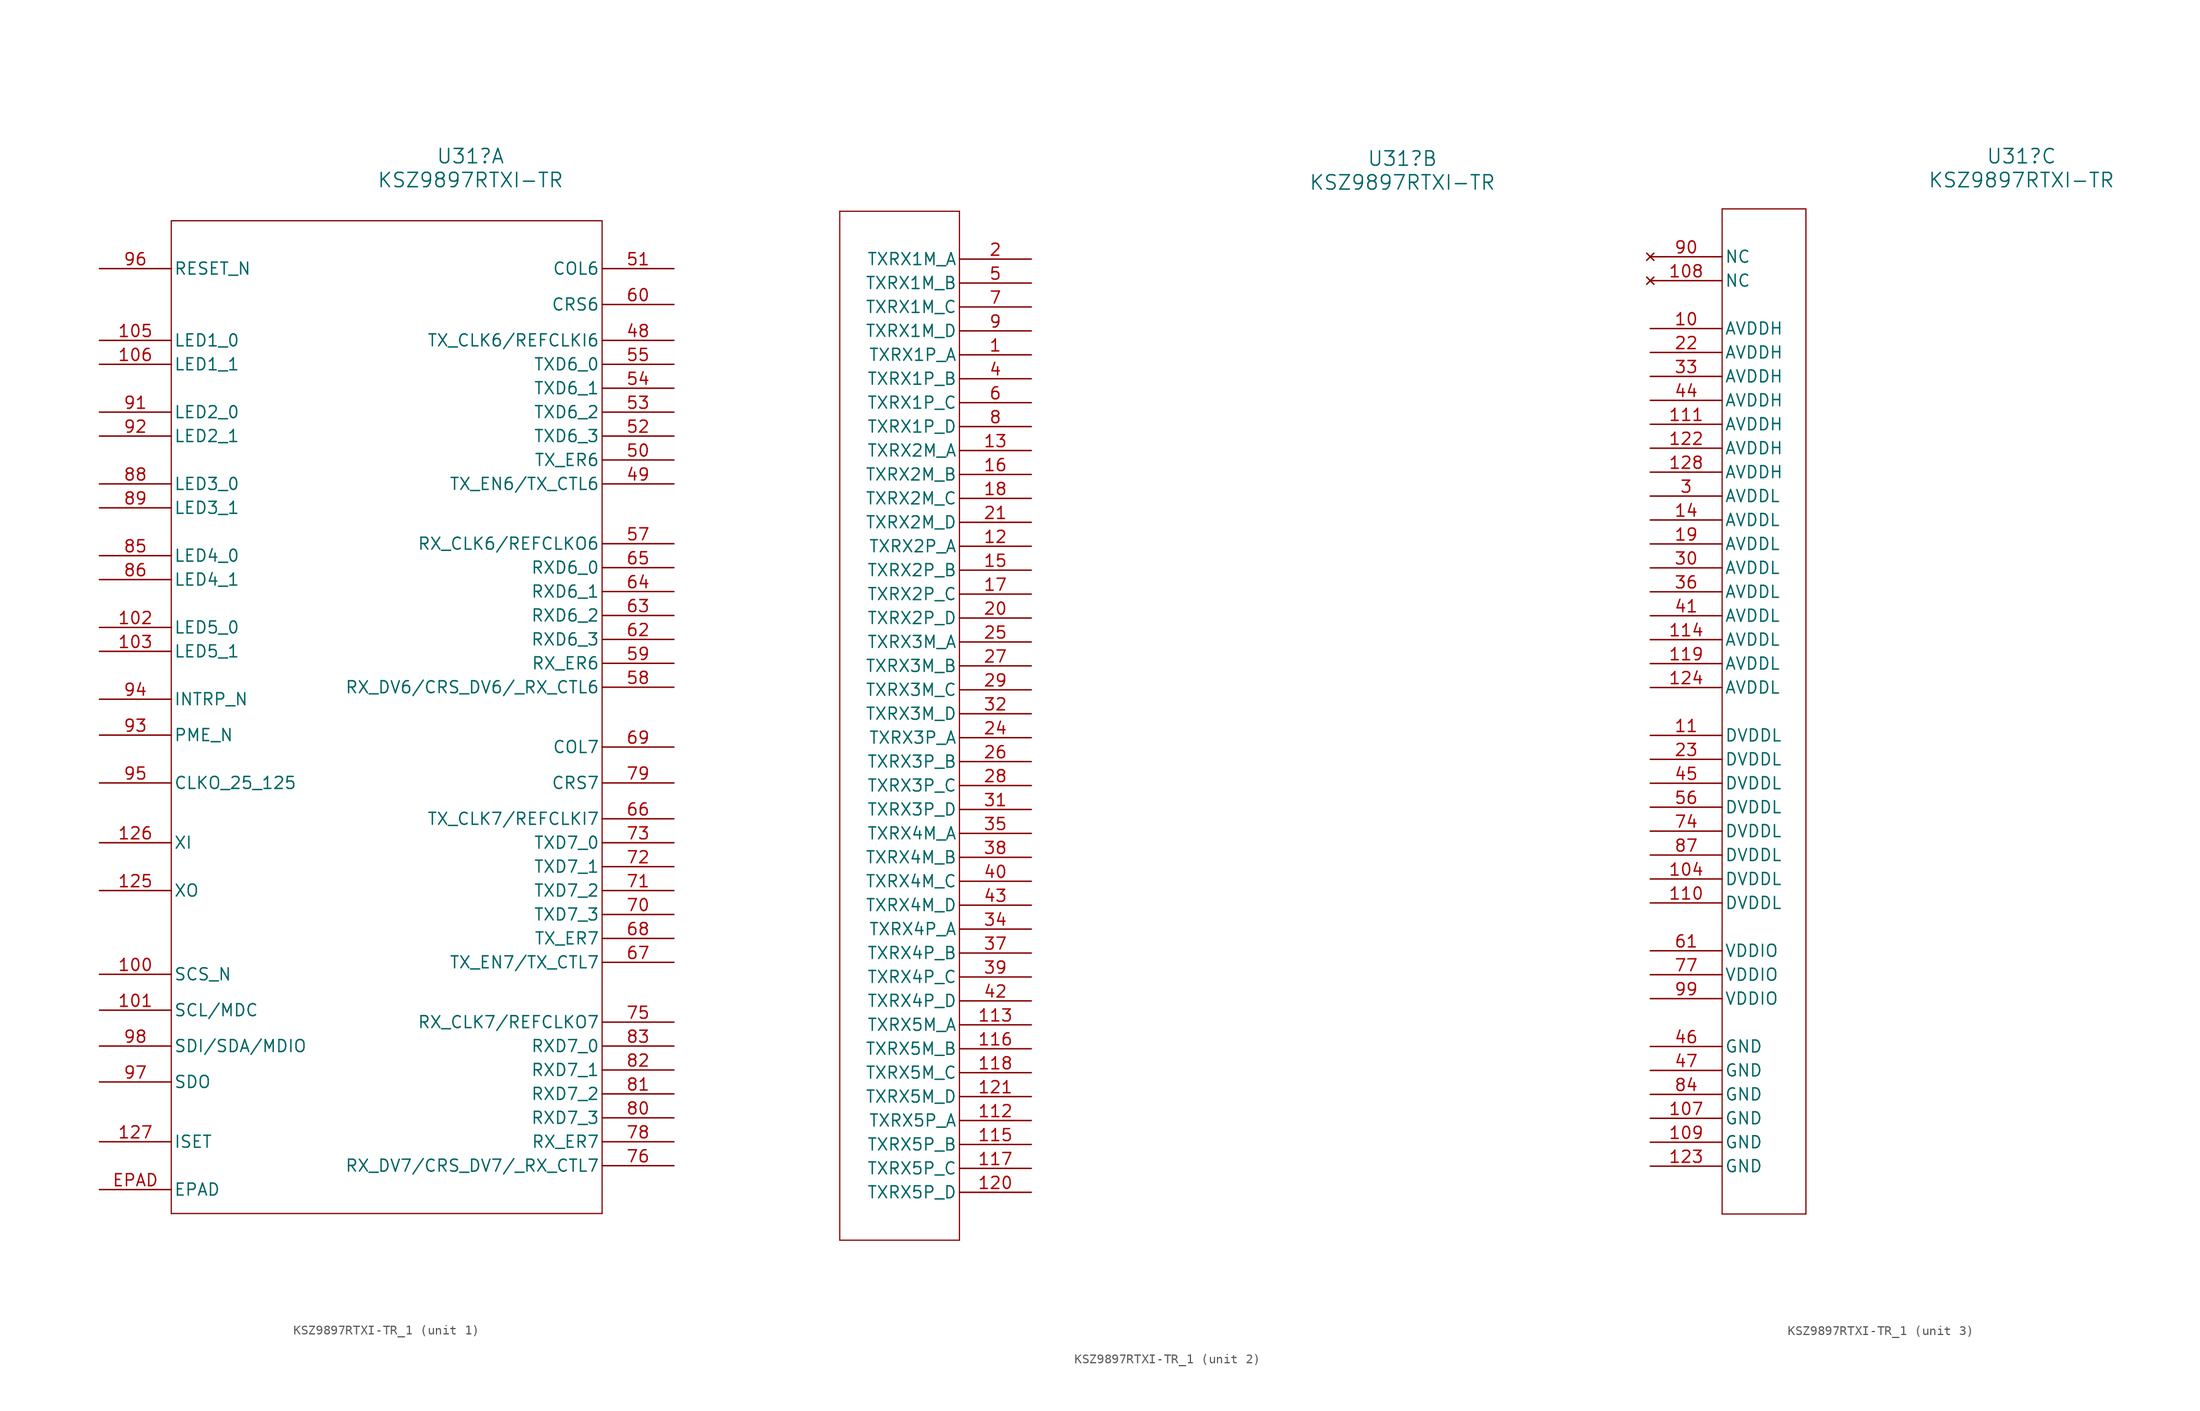
<source format=kicad_sym>
(kicad_symbol_lib
  (version 20231120)
  (generator "kicad_symbol_editor")
  (generator_version "8.0")
  (symbol "KSZ9897RTXI-TR_1"
    (pin_names
      (offset 0.254))
    (property "Reference" "U31"
      (at 39.37 10.668 0)
      (effects (font (size 1.524 1.524))))
    (property "Value" "KSZ9897RTXI-TR"
      (at 39.37 8.128 0)
      (effects (font (size 1.524 1.524))))
    (property "ki_locked" ""
      (at 0 0 0)
      (effects (font (size 1.27 1.27))))
    (symbol "KSZ9897RTXI-TR_1_1_1"
      (polyline (pts (xy 7.62 -101.6) (xy 53.34 -101.6)) (stroke (width 0.127) (type default)) (fill (type none)))
      (polyline (pts (xy 7.62 3.81) (xy 7.62 -101.6)) (stroke (width 0.127) (type default)) (fill (type none)))
      (polyline (pts (xy 53.34 -101.6) (xy 53.34 3.81)) (stroke (width 0.127) (type default)) (fill (type none)))
      (polyline (pts (xy 53.34 3.81) (xy 7.62 3.81)) (stroke (width 0.127) (type default)) (fill (type none)))
      (pin unspecified line (at 0 -76.2 0) (length 7.62) (name "SCS_N" (effects (font (size 1.27 1.27)))) (number "100" (effects (font (size 1.27 1.27)))))
      (pin unspecified line (at 0 -80.01 0) (length 7.62) (name "SCL/MDC" (effects (font (size 1.27 1.27)))) (number "101" (effects (font (size 1.27 1.27)))))
      (pin bidirectional line (at 0 -39.37 0) (length 7.62) (name "LED5_0" (effects (font (size 1.27 1.27)))) (number "102" (effects (font (size 1.27 1.27)))))
      (pin bidirectional line (at 0 -41.91 0) (length 7.62) (name "LED5_1" (effects (font (size 1.27 1.27)))) (number "103" (effects (font (size 1.27 1.27)))))
      (pin bidirectional line (at 0 -8.89 0) (length 7.62) (name "LED1_0" (effects (font (size 1.27 1.27)))) (number "105" (effects (font (size 1.27 1.27)))))
      (pin bidirectional line (at 0 -11.43 0) (length 7.62) (name "LED1_1" (effects (font (size 1.27 1.27)))) (number "106" (effects (font (size 1.27 1.27)))))
      (pin output line (at 0 -67.31 0) (length 7.62) (name "XO" (effects (font (size 1.27 1.27)))) (number "125" (effects (font (size 1.27 1.27)))))
      (pin input line (at 0 -62.23 0) (length 7.62) (name "XI" (effects (font (size 1.27 1.27)))) (number "126" (effects (font (size 1.27 1.27)))))
      (pin unspecified line (at 0 -93.98 0) (length 7.62) (name "ISET" (effects (font (size 1.27 1.27)))) (number "127" (effects (font (size 1.27 1.27)))))
      (pin bidirectional line (at 60.96 -8.89 180) (length 7.62) (name "TX_CLK6/REFCLKI6" (effects (font (size 1.27 1.27)))) (number "48" (effects (font (size 1.27 1.27)))))
      (pin bidirectional line (at 60.96 -24.13 180) (length 7.62) (name "TX_EN6/TX_CTL6" (effects (font (size 1.27 1.27)))) (number "49" (effects (font (size 1.27 1.27)))))
      (pin bidirectional line (at 60.96 -21.59 180) (length 7.62) (name "TX_ER6" (effects (font (size 1.27 1.27)))) (number "50" (effects (font (size 1.27 1.27)))))
      (pin bidirectional line (at 60.96 -1.27 180) (length 7.62) (name "COL6" (effects (font (size 1.27 1.27)))) (number "51" (effects (font (size 1.27 1.27)))))
      (pin bidirectional line (at 60.96 -19.05 180) (length 7.62) (name "TXD6_3" (effects (font (size 1.27 1.27)))) (number "52" (effects (font (size 1.27 1.27)))))
      (pin bidirectional line (at 60.96 -16.51 180) (length 7.62) (name "TXD6_2" (effects (font (size 1.27 1.27)))) (number "53" (effects (font (size 1.27 1.27)))))
      (pin bidirectional line (at 60.96 -13.97 180) (length 7.62) (name "TXD6_1" (effects (font (size 1.27 1.27)))) (number "54" (effects (font (size 1.27 1.27)))))
      (pin bidirectional line (at 60.96 -11.43 180) (length 7.62) (name "TXD6_0" (effects (font (size 1.27 1.27)))) (number "55" (effects (font (size 1.27 1.27)))))
      (pin bidirectional line (at 60.96 -30.48 180) (length 7.62) (name "RX_CLK6/REFCLKO6" (effects (font (size 1.27 1.27)))) (number "57" (effects (font (size 1.27 1.27)))))
      (pin bidirectional line (at 60.96 -45.72 180) (length 7.62) (name "RX_DV6/CRS_DV6/_RX_CTL6" (effects (font (size 1.27 1.27)))) (number "58" (effects (font (size 1.27 1.27)))))
      (pin bidirectional line (at 60.96 -43.18 180) (length 7.62) (name "RX_ER6" (effects (font (size 1.27 1.27)))) (number "59" (effects (font (size 1.27 1.27)))))
      (pin bidirectional line (at 60.96 -5.08 180) (length 7.62) (name "CRS6" (effects (font (size 1.27 1.27)))) (number "60" (effects (font (size 1.27 1.27)))))
      (pin bidirectional line (at 60.96 -40.64 180) (length 7.62) (name "RXD6_3" (effects (font (size 1.27 1.27)))) (number "62" (effects (font (size 1.27 1.27)))))
      (pin bidirectional line (at 60.96 -38.1 180) (length 7.62) (name "RXD6_2" (effects (font (size 1.27 1.27)))) (number "63" (effects (font (size 1.27 1.27)))))
      (pin bidirectional line (at 60.96 -35.56 180) (length 7.62) (name "RXD6_1" (effects (font (size 1.27 1.27)))) (number "64" (effects (font (size 1.27 1.27)))))
      (pin bidirectional line (at 60.96 -33.02 180) (length 7.62) (name "RXD6_0" (effects (font (size 1.27 1.27)))) (number "65" (effects (font (size 1.27 1.27)))))
      (pin bidirectional line (at 60.96 -59.69 180) (length 7.62) (name "TX_CLK7/REFCLKI7" (effects (font (size 1.27 1.27)))) (number "66" (effects (font (size 1.27 1.27)))))
      (pin bidirectional line (at 60.96 -74.93 180) (length 7.62) (name "TX_EN7/TX_CTL7" (effects (font (size 1.27 1.27)))) (number "67" (effects (font (size 1.27 1.27)))))
      (pin bidirectional line (at 60.96 -72.39 180) (length 7.62) (name "TX_ER7" (effects (font (size 1.27 1.27)))) (number "68" (effects (font (size 1.27 1.27)))))
      (pin bidirectional line (at 60.96 -52.07 180) (length 7.62) (name "COL7" (effects (font (size 1.27 1.27)))) (number "69" (effects (font (size 1.27 1.27)))))
      (pin bidirectional line (at 60.96 -69.85 180) (length 7.62) (name "TXD7_3" (effects (font (size 1.27 1.27)))) (number "70" (effects (font (size 1.27 1.27)))))
      (pin bidirectional line (at 60.96 -67.31 180) (length 7.62) (name "TXD7_2" (effects (font (size 1.27 1.27)))) (number "71" (effects (font (size 1.27 1.27)))))
      (pin bidirectional line (at 60.96 -64.77 180) (length 7.62) (name "TXD7_1" (effects (font (size 1.27 1.27)))) (number "72" (effects (font (size 1.27 1.27)))))
      (pin bidirectional line (at 60.96 -62.23 180) (length 7.62) (name "TXD7_0" (effects (font (size 1.27 1.27)))) (number "73" (effects (font (size 1.27 1.27)))))
      (pin bidirectional line (at 60.96 -81.28 180) (length 7.62) (name "RX_CLK7/REFCLKO7" (effects (font (size 1.27 1.27)))) (number "75" (effects (font (size 1.27 1.27)))))
      (pin bidirectional line (at 60.96 -96.52 180) (length 7.62) (name "RX_DV7/CRS_DV7/_RX_CTL7" (effects (font (size 1.27 1.27)))) (number "76" (effects (font (size 1.27 1.27)))))
      (pin bidirectional line (at 60.96 -93.98 180) (length 7.62) (name "RX_ER7" (effects (font (size 1.27 1.27)))) (number "78" (effects (font (size 1.27 1.27)))))
      (pin bidirectional line (at 60.96 -55.88 180) (length 7.62) (name "CRS7" (effects (font (size 1.27 1.27)))) (number "79" (effects (font (size 1.27 1.27)))))
      (pin bidirectional line (at 60.96 -91.44 180) (length 7.62) (name "RXD7_3" (effects (font (size 1.27 1.27)))) (number "80" (effects (font (size 1.27 1.27)))))
      (pin bidirectional line (at 60.96 -88.9 180) (length 7.62) (name "RXD7_2" (effects (font (size 1.27 1.27)))) (number "81" (effects (font (size 1.27 1.27)))))
      (pin bidirectional line (at 60.96 -86.36 180) (length 7.62) (name "RXD7_1" (effects (font (size 1.27 1.27)))) (number "82" (effects (font (size 1.27 1.27)))))
      (pin bidirectional line (at 60.96 -83.82 180) (length 7.62) (name "RXD7_0" (effects (font (size 1.27 1.27)))) (number "83" (effects (font (size 1.27 1.27)))))
      (pin bidirectional line (at 0 -31.75 0) (length 7.62) (name "LED4_0" (effects (font (size 1.27 1.27)))) (number "85" (effects (font (size 1.27 1.27)))))
      (pin bidirectional line (at 0 -34.29 0) (length 7.62) (name "LED4_1" (effects (font (size 1.27 1.27)))) (number "86" (effects (font (size 1.27 1.27)))))
      (pin bidirectional line (at 0 -24.13 0) (length 7.62) (name "LED3_0" (effects (font (size 1.27 1.27)))) (number "88" (effects (font (size 1.27 1.27)))))
      (pin bidirectional line (at 0 -26.67 0) (length 7.62) (name "LED3_1" (effects (font (size 1.27 1.27)))) (number "89" (effects (font (size 1.27 1.27)))))
      (pin bidirectional line (at 0 -16.51 0) (length 7.62) (name "LED2_0" (effects (font (size 1.27 1.27)))) (number "91" (effects (font (size 1.27 1.27)))))
      (pin bidirectional line (at 0 -19.05 0) (length 7.62) (name "LED2_1" (effects (font (size 1.27 1.27)))) (number "92" (effects (font (size 1.27 1.27)))))
      (pin output line (at 0 -50.8 0) (length 7.62) (name "PME_N" (effects (font (size 1.27 1.27)))) (number "93" (effects (font (size 1.27 1.27)))))
      (pin output line (at 0 -46.99 0) (length 7.62) (name "INTRP_N" (effects (font (size 1.27 1.27)))) (number "94" (effects (font (size 1.27 1.27)))))
      (pin output line (at 0 -55.88 0) (length 7.62) (name "CLKO_25_125" (effects (font (size 1.27 1.27)))) (number "95" (effects (font (size 1.27 1.27)))))
      (pin input line (at 0 -1.27 0) (length 7.62) (name "RESET_N" (effects (font (size 1.27 1.27)))) (number "96" (effects (font (size 1.27 1.27)))))
      (pin output line (at 0 -87.63 0) (length 7.62) (name "SDO" (effects (font (size 1.27 1.27)))) (number "97" (effects (font (size 1.27 1.27)))))
      (pin unspecified line (at 0 -83.82 0) (length 7.62) (name "SDI/SDA/MDIO" (effects (font (size 1.27 1.27)))) (number "98" (effects (font (size 1.27 1.27)))))
      (pin unspecified line (at 0 -99.06 0) (length 7.62) (name "EPAD" (effects (font (size 1.27 1.27)))) (number "EPAD" (effects (font (size 1.27 1.27))))))
    (symbol "KSZ9897RTXI-TR_1_2_1"
      (polyline (pts (xy -20.32 -104.14) (xy -7.62 -104.14)) (stroke (width 0.127) (type default)) (fill (type none)))
      (polyline (pts (xy -20.32 5.08) (xy -20.32 -104.14)) (stroke (width 0.127) (type default)) (fill (type none)))
      (polyline (pts (xy -7.62 -104.14) (xy -7.62 5.08)) (stroke (width 0.127) (type default)) (fill (type none)))
      (polyline (pts (xy -7.62 5.08) (xy -20.32 5.08)) (stroke (width 0.127) (type default)) (fill (type none)))
      (pin bidirectional line (at 0 -10.16 180) (length 7.62) (name "TXRX1P_A" (effects (font (size 1.27 1.27)))) (number "1" (effects (font (size 1.27 1.27)))))
      (pin bidirectional line (at 0 -91.44 180) (length 7.62) (name "TXRX5P_A" (effects (font (size 1.27 1.27)))) (number "112" (effects (font (size 1.27 1.27)))))
      (pin bidirectional line (at 0 -81.28 180) (length 7.62) (name "TXRX5M_A" (effects (font (size 1.27 1.27)))) (number "113" (effects (font (size 1.27 1.27)))))
      (pin bidirectional line (at 0 -93.98 180) (length 7.62) (name "TXRX5P_B" (effects (font (size 1.27 1.27)))) (number "115" (effects (font (size 1.27 1.27)))))
      (pin bidirectional line (at 0 -83.82 180) (length 7.62) (name "TXRX5M_B" (effects (font (size 1.27 1.27)))) (number "116" (effects (font (size 1.27 1.27)))))
      (pin bidirectional line (at 0 -96.52 180) (length 7.62) (name "TXRX5P_C" (effects (font (size 1.27 1.27)))) (number "117" (effects (font (size 1.27 1.27)))))
      (pin bidirectional line (at 0 -86.36 180) (length 7.62) (name "TXRX5M_C" (effects (font (size 1.27 1.27)))) (number "118" (effects (font (size 1.27 1.27)))))
      (pin bidirectional line (at 0 -30.48 180) (length 7.62) (name "TXRX2P_A" (effects (font (size 1.27 1.27)))) (number "12" (effects (font (size 1.27 1.27)))))
      (pin bidirectional line (at 0 -99.06 180) (length 7.62) (name "TXRX5P_D" (effects (font (size 1.27 1.27)))) (number "120" (effects (font (size 1.27 1.27)))))
      (pin bidirectional line (at 0 -88.9 180) (length 7.62) (name "TXRX5M_D" (effects (font (size 1.27 1.27)))) (number "121" (effects (font (size 1.27 1.27)))))
      (pin bidirectional line (at 0 -20.32 180) (length 7.62) (name "TXRX2M_A" (effects (font (size 1.27 1.27)))) (number "13" (effects (font (size 1.27 1.27)))))
      (pin bidirectional line (at 0 -33.02 180) (length 7.62) (name "TXRX2P_B" (effects (font (size 1.27 1.27)))) (number "15" (effects (font (size 1.27 1.27)))))
      (pin bidirectional line (at 0 -22.86 180) (length 7.62) (name "TXRX2M_B" (effects (font (size 1.27 1.27)))) (number "16" (effects (font (size 1.27 1.27)))))
      (pin bidirectional line (at 0 -35.56 180) (length 7.62) (name "TXRX2P_C" (effects (font (size 1.27 1.27)))) (number "17" (effects (font (size 1.27 1.27)))))
      (pin bidirectional line (at 0 -25.4 180) (length 7.62) (name "TXRX2M_C" (effects (font (size 1.27 1.27)))) (number "18" (effects (font (size 1.27 1.27)))))
      (pin bidirectional line (at 0 0 180) (length 7.62) (name "TXRX1M_A" (effects (font (size 1.27 1.27)))) (number "2" (effects (font (size 1.27 1.27)))))
      (pin bidirectional line (at 0 -38.1 180) (length 7.62) (name "TXRX2P_D" (effects (font (size 1.27 1.27)))) (number "20" (effects (font (size 1.27 1.27)))))
      (pin bidirectional line (at 0 -27.94 180) (length 7.62) (name "TXRX2M_D" (effects (font (size 1.27 1.27)))) (number "21" (effects (font (size 1.27 1.27)))))
      (pin bidirectional line (at 0 -50.8 180) (length 7.62) (name "TXRX3P_A" (effects (font (size 1.27 1.27)))) (number "24" (effects (font (size 1.27 1.27)))))
      (pin bidirectional line (at 0 -40.64 180) (length 7.62) (name "TXRX3M_A" (effects (font (size 1.27 1.27)))) (number "25" (effects (font (size 1.27 1.27)))))
      (pin bidirectional line (at 0 -53.34 180) (length 7.62) (name "TXRX3P_B" (effects (font (size 1.27 1.27)))) (number "26" (effects (font (size 1.27 1.27)))))
      (pin bidirectional line (at 0 -43.18 180) (length 7.62) (name "TXRX3M_B" (effects (font (size 1.27 1.27)))) (number "27" (effects (font (size 1.27 1.27)))))
      (pin bidirectional line (at 0 -55.88 180) (length 7.62) (name "TXRX3P_C" (effects (font (size 1.27 1.27)))) (number "28" (effects (font (size 1.27 1.27)))))
      (pin bidirectional line (at 0 -45.72 180) (length 7.62) (name "TXRX3M_C" (effects (font (size 1.27 1.27)))) (number "29" (effects (font (size 1.27 1.27)))))
      (pin bidirectional line (at 0 -58.42 180) (length 7.62) (name "TXRX3P_D" (effects (font (size 1.27 1.27)))) (number "31" (effects (font (size 1.27 1.27)))))
      (pin bidirectional line (at 0 -48.26 180) (length 7.62) (name "TXRX3M_D" (effects (font (size 1.27 1.27)))) (number "32" (effects (font (size 1.27 1.27)))))
      (pin bidirectional line (at 0 -71.12 180) (length 7.62) (name "TXRX4P_A" (effects (font (size 1.27 1.27)))) (number "34" (effects (font (size 1.27 1.27)))))
      (pin bidirectional line (at 0 -60.96 180) (length 7.62) (name "TXRX4M_A" (effects (font (size 1.27 1.27)))) (number "35" (effects (font (size 1.27 1.27)))))
      (pin bidirectional line (at 0 -73.66 180) (length 7.62) (name "TXRX4P_B" (effects (font (size 1.27 1.27)))) (number "37" (effects (font (size 1.27 1.27)))))
      (pin bidirectional line (at 0 -63.5 180) (length 7.62) (name "TXRX4M_B" (effects (font (size 1.27 1.27)))) (number "38" (effects (font (size 1.27 1.27)))))
      (pin bidirectional line (at 0 -76.2 180) (length 7.62) (name "TXRX4P_C" (effects (font (size 1.27 1.27)))) (number "39" (effects (font (size 1.27 1.27)))))
      (pin bidirectional line (at 0 -12.7 180) (length 7.62) (name "TXRX1P_B" (effects (font (size 1.27 1.27)))) (number "4" (effects (font (size 1.27 1.27)))))
      (pin bidirectional line (at 0 -66.04 180) (length 7.62) (name "TXRX4M_C" (effects (font (size 1.27 1.27)))) (number "40" (effects (font (size 1.27 1.27)))))
      (pin bidirectional line (at 0 -78.74 180) (length 7.62) (name "TXRX4P_D" (effects (font (size 1.27 1.27)))) (number "42" (effects (font (size 1.27 1.27)))))
      (pin bidirectional line (at 0 -68.58 180) (length 7.62) (name "TXRX4M_D" (effects (font (size 1.27 1.27)))) (number "43" (effects (font (size 1.27 1.27)))))
      (pin bidirectional line (at 0 -2.54 180) (length 7.62) (name "TXRX1M_B" (effects (font (size 1.27 1.27)))) (number "5" (effects (font (size 1.27 1.27)))))
      (pin bidirectional line (at 0 -15.24 180) (length 7.62) (name "TXRX1P_C" (effects (font (size 1.27 1.27)))) (number "6" (effects (font (size 1.27 1.27)))))
      (pin bidirectional line (at 0 -5.08 180) (length 7.62) (name "TXRX1M_C" (effects (font (size 1.27 1.27)))) (number "7" (effects (font (size 1.27 1.27)))))
      (pin bidirectional line (at 0 -17.78 180) (length 7.62) (name "TXRX1P_D" (effects (font (size 1.27 1.27)))) (number "8" (effects (font (size 1.27 1.27)))))
      (pin bidirectional line (at 0 -7.62 180) (length 7.62) (name "TXRX1M_D" (effects (font (size 1.27 1.27)))) (number "9" (effects (font (size 1.27 1.27))))))
    (symbol "KSZ9897RTXI-TR_1_3_1"
      (polyline (pts (xy 7.62 -101.6) (xy 16.51 -101.6)) (stroke (width 0.127) (type default)) (fill (type none)))
      (polyline (pts (xy 7.62 5.08) (xy 7.62 -101.6)) (stroke (width 0.127) (type default)) (fill (type none)))
      (polyline (pts (xy 16.51 -101.6) (xy 16.51 5.08)) (stroke (width 0.127) (type default)) (fill (type none)))
      (polyline (pts (xy 16.51 5.08) (xy 7.62 5.08)) (stroke (width 0.127) (type default)) (fill (type none)))
      (pin power_in line (at 0 -7.62 0) (length 7.62) (name "AVDDH" (effects (font (size 1.27 1.27)))) (number "10" (effects (font (size 1.27 1.27)))))
      (pin power_in line (at 0 -66.04 0) (length 7.62) (name "DVDDL" (effects (font (size 1.27 1.27)))) (number "104" (effects (font (size 1.27 1.27)))))
      (pin power_out line (at 0 -91.44 0) (length 7.62) (name "GND" (effects (font (size 1.27 1.27)))) (number "107" (effects (font (size 1.27 1.27)))))
      (pin no_connect line (at 0 -2.54 0) (length 7.62) (name "NC" (effects (font (size 1.27 1.27)))) (number "108" (effects (font (size 1.27 1.27)))))
      (pin power_out line (at 0 -93.98 0) (length 7.62) (name "GND" (effects (font (size 1.27 1.27)))) (number "109" (effects (font (size 1.27 1.27)))))
      (pin power_in line (at 0 -50.8 0) (length 7.62) (name "DVDDL" (effects (font (size 1.27 1.27)))) (number "11" (effects (font (size 1.27 1.27)))))
      (pin power_in line (at 0 -68.58 0) (length 7.62) (name "DVDDL" (effects (font (size 1.27 1.27)))) (number "110" (effects (font (size 1.27 1.27)))))
      (pin power_in line (at 0 -17.78 0) (length 7.62) (name "AVDDH" (effects (font (size 1.27 1.27)))) (number "111" (effects (font (size 1.27 1.27)))))
      (pin power_in line (at 0 -40.64 0) (length 7.62) (name "AVDDL" (effects (font (size 1.27 1.27)))) (number "114" (effects (font (size 1.27 1.27)))))
      (pin power_in line (at 0 -43.18 0) (length 7.62) (name "AVDDL" (effects (font (size 1.27 1.27)))) (number "119" (effects (font (size 1.27 1.27)))))
      (pin power_in line (at 0 -20.32 0) (length 7.62) (name "AVDDH" (effects (font (size 1.27 1.27)))) (number "122" (effects (font (size 1.27 1.27)))))
      (pin power_out line (at 0 -96.52 0) (length 7.62) (name "GND" (effects (font (size 1.27 1.27)))) (number "123" (effects (font (size 1.27 1.27)))))
      (pin power_in line (at 0 -45.72 0) (length 7.62) (name "AVDDL" (effects (font (size 1.27 1.27)))) (number "124" (effects (font (size 1.27 1.27)))))
      (pin power_in line (at 0 -22.86 0) (length 7.62) (name "AVDDH" (effects (font (size 1.27 1.27)))) (number "128" (effects (font (size 1.27 1.27)))))
      (pin power_in line (at 0 -27.94 0) (length 7.62) (name "AVDDL" (effects (font (size 1.27 1.27)))) (number "14" (effects (font (size 1.27 1.27)))))
      (pin power_in line (at 0 -30.48 0) (length 7.62) (name "AVDDL" (effects (font (size 1.27 1.27)))) (number "19" (effects (font (size 1.27 1.27)))))
      (pin power_in line (at 0 -10.16 0) (length 7.62) (name "AVDDH" (effects (font (size 1.27 1.27)))) (number "22" (effects (font (size 1.27 1.27)))))
      (pin power_in line (at 0 -53.34 0) (length 7.62) (name "DVDDL" (effects (font (size 1.27 1.27)))) (number "23" (effects (font (size 1.27 1.27)))))
      (pin power_in line (at 0 -25.4 0) (length 7.62) (name "AVDDL" (effects (font (size 1.27 1.27)))) (number "3" (effects (font (size 1.27 1.27)))))
      (pin power_in line (at 0 -33.02 0) (length 7.62) (name "AVDDL" (effects (font (size 1.27 1.27)))) (number "30" (effects (font (size 1.27 1.27)))))
      (pin power_in line (at 0 -12.7 0) (length 7.62) (name "AVDDH" (effects (font (size 1.27 1.27)))) (number "33" (effects (font (size 1.27 1.27)))))
      (pin power_in line (at 0 -35.56 0) (length 7.62) (name "AVDDL" (effects (font (size 1.27 1.27)))) (number "36" (effects (font (size 1.27 1.27)))))
      (pin power_in line (at 0 -38.1 0) (length 7.62) (name "AVDDL" (effects (font (size 1.27 1.27)))) (number "41" (effects (font (size 1.27 1.27)))))
      (pin power_in line (at 0 -15.24 0) (length 7.62) (name "AVDDH" (effects (font (size 1.27 1.27)))) (number "44" (effects (font (size 1.27 1.27)))))
      (pin power_in line (at 0 -55.88 0) (length 7.62) (name "DVDDL" (effects (font (size 1.27 1.27)))) (number "45" (effects (font (size 1.27 1.27)))))
      (pin power_out line (at 0 -83.82 0) (length 7.62) (name "GND" (effects (font (size 1.27 1.27)))) (number "46" (effects (font (size 1.27 1.27)))))
      (pin power_out line (at 0 -86.36 0) (length 7.62) (name "GND" (effects (font (size 1.27 1.27)))) (number "47" (effects (font (size 1.27 1.27)))))
      (pin power_in line (at 0 -58.42 0) (length 7.62) (name "DVDDL" (effects (font (size 1.27 1.27)))) (number "56" (effects (font (size 1.27 1.27)))))
      (pin power_in line (at 0 -73.66 0) (length 7.62) (name "VDDIO" (effects (font (size 1.27 1.27)))) (number "61" (effects (font (size 1.27 1.27)))))
      (pin power_in line (at 0 -60.96 0) (length 7.62) (name "DVDDL" (effects (font (size 1.27 1.27)))) (number "74" (effects (font (size 1.27 1.27)))))
      (pin power_in line (at 0 -76.2 0) (length 7.62) (name "VDDIO" (effects (font (size 1.27 1.27)))) (number "77" (effects (font (size 1.27 1.27)))))
      (pin power_out line (at 0 -88.9 0) (length 7.62) (name "GND" (effects (font (size 1.27 1.27)))) (number "84" (effects (font (size 1.27 1.27)))))
      (pin power_in line (at 0 -63.5 0) (length 7.62) (name "DVDDL" (effects (font (size 1.27 1.27)))) (number "87" (effects (font (size 1.27 1.27)))))
      (pin no_connect line (at 0 0 0) (length 7.62) (name "NC" (effects (font (size 1.27 1.27)))) (number "90" (effects (font (size 1.27 1.27)))))
      (pin power_in line (at 0 -78.74 0) (length 7.62) (name "VDDIO" (effects (font (size 1.27 1.27)))) (number "99" (effects (font (size 1.27 1.27))))))))
</source>
